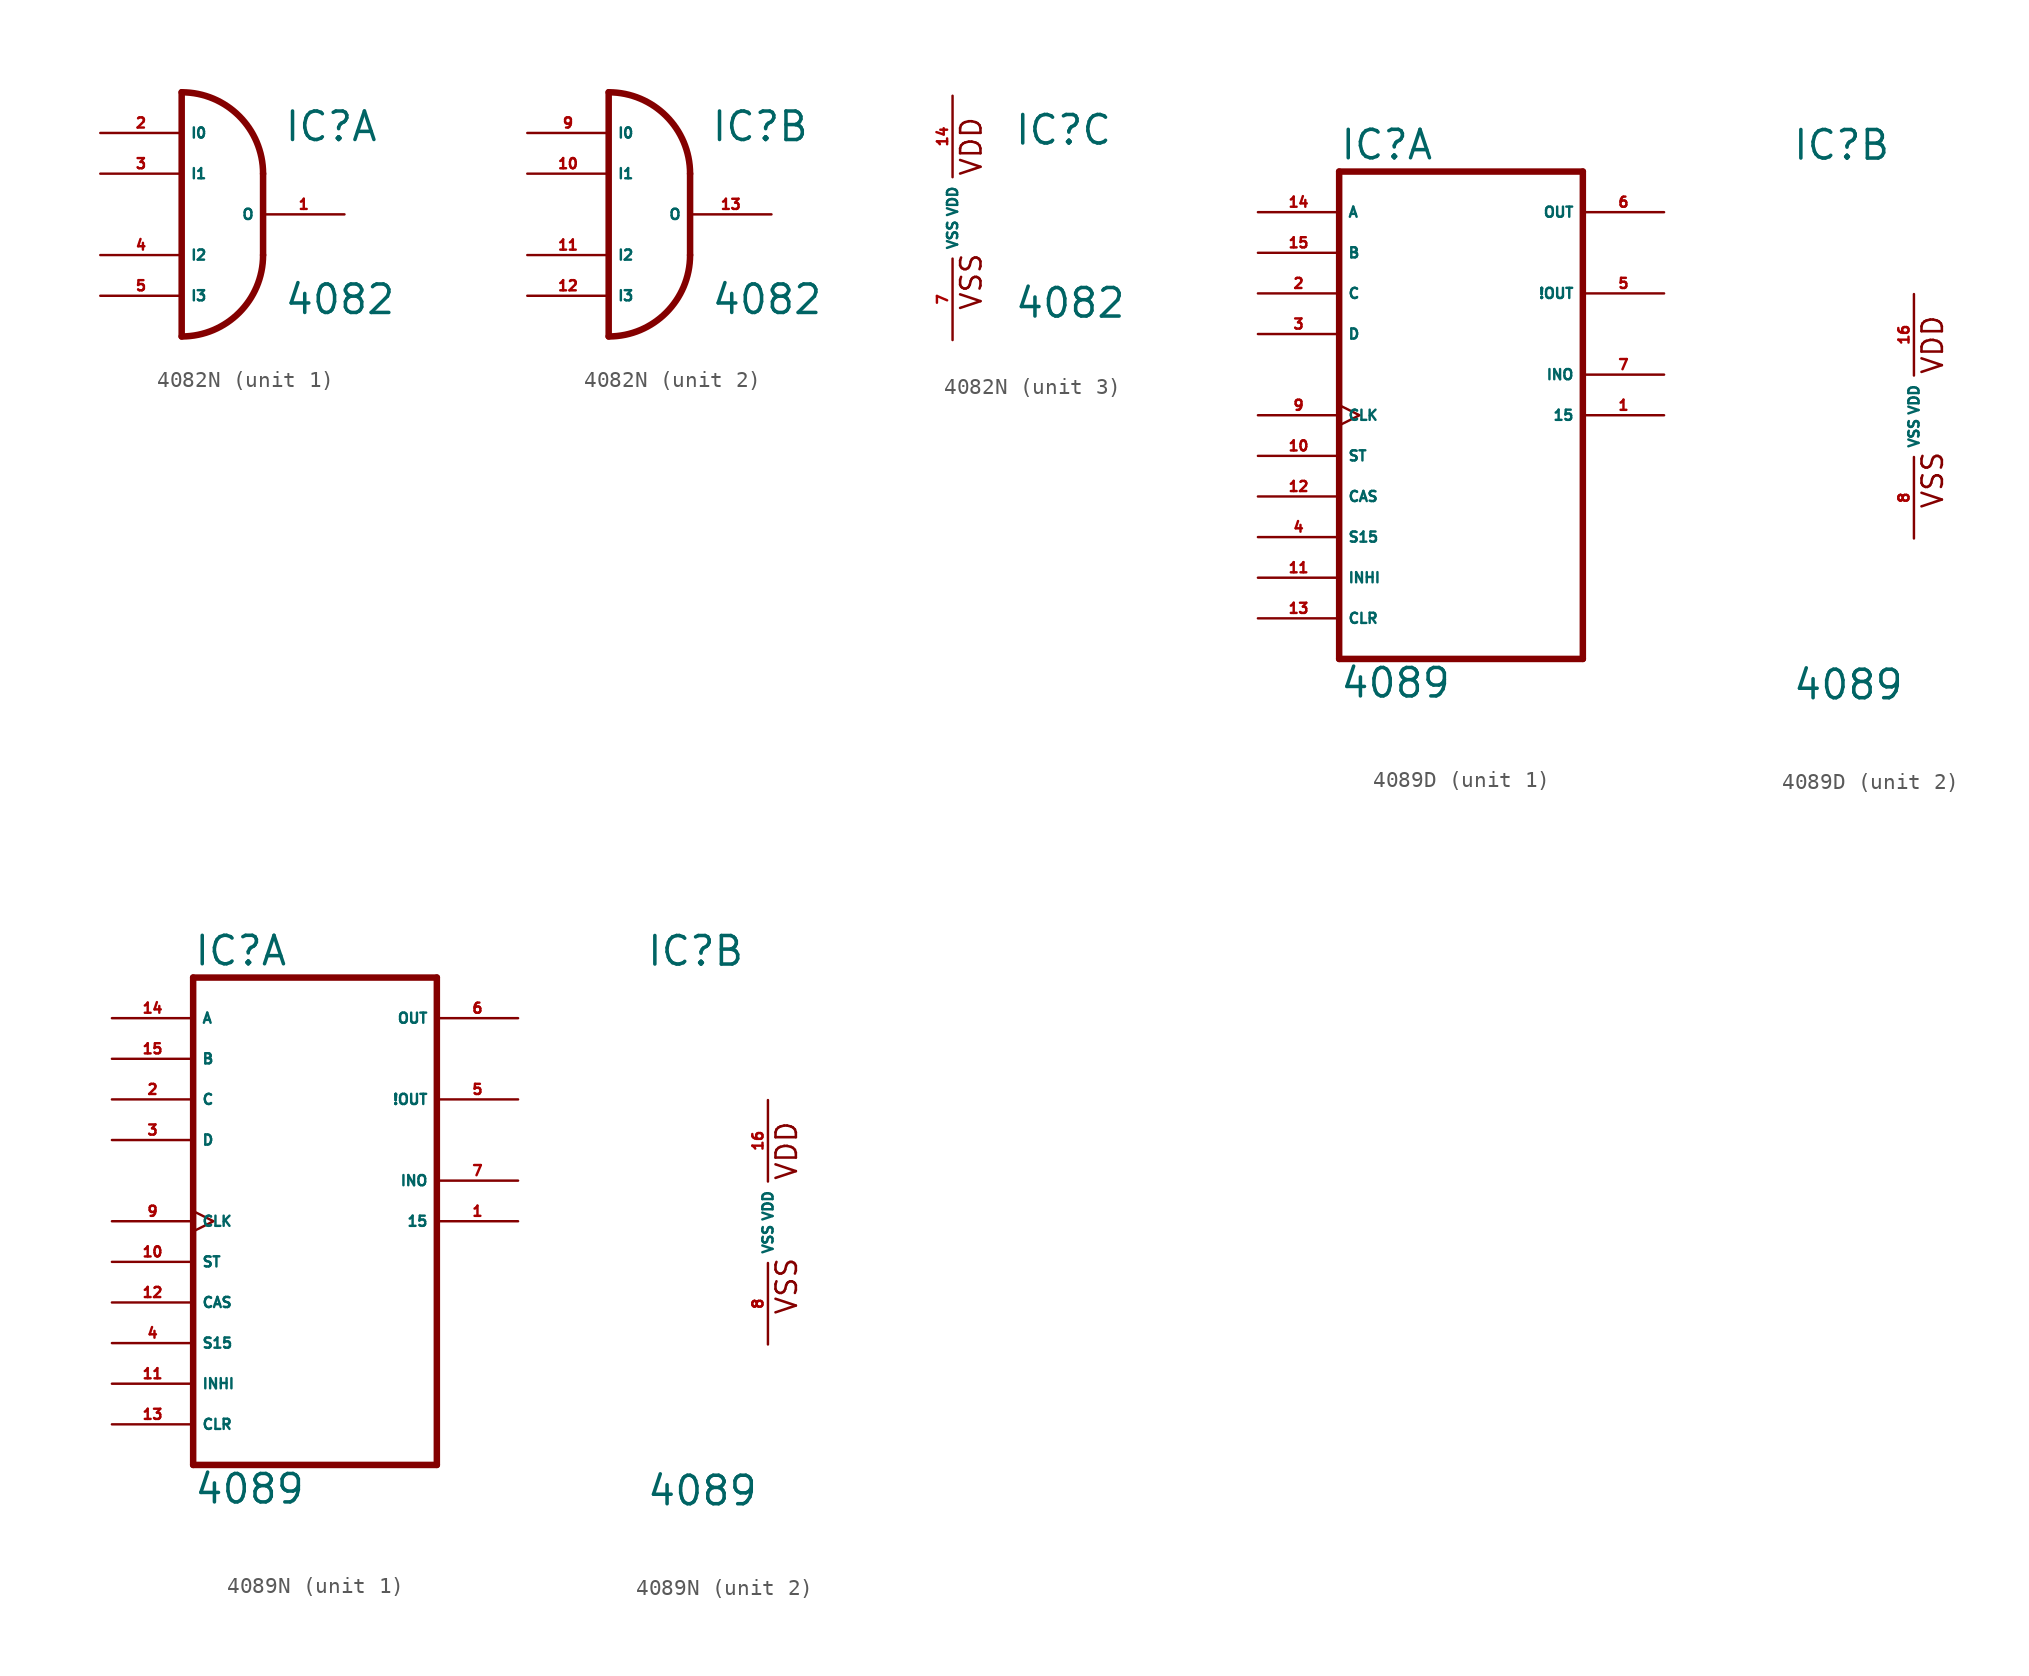
<source format=kicad_sym>
(kicad_symbol_lib
  (version 20220914)
  (generator Eagle2Kicad)
  (symbol "4082N"
    (property "Reference" "IC"
      (at 3.81 4.445 0)
      (effects (font (size 1.778 1.778) (thickness 0.22)) (justify left bottom)))
    (property "Value" "4082"
      (at 3.81 -6.35 0)
      (effects (font (size 1.778 1.778) (thickness 0.22)) (justify left bottom)))
    (symbol "4082N_1_0"
      (arc (start 2.54 2.54) (mid 1.052 6.132) (end -2.54 7.62) (stroke (width 0.4064) (type default)) (fill (type none)))
      (arc (start -2.54 -7.62) (mid 1.052 -6.132) (end 2.54 -2.54) (stroke (width 0.4064) (type default)) (fill (type none)))
      (polyline (pts (xy 2.54 2.54) (xy 2.54 -2.54)) (stroke (width 0.406) (type default)) (fill (type none)))
      (polyline (pts (xy -2.54 7.62) (xy -2.54 -7.62)) (stroke (width 0.406) (type default)) (fill (type none)))
      (pin output line (at 7.62 0 180) (length 5.08) (name "O" (effects (font (size 0.635 0.635) (thickness 0.08)) (justify left bottom))) (number "1" (effects (font (size 0.635 0.635) (thickness 0.08)) (justify left bottom))))
      (pin input line (at -7.62 5.08 0) (length 5.08) (name "I0" (effects (font (size 0.635 0.635) (thickness 0.08)) (justify left bottom))) (number "2" (effects (font (size 0.635 0.635) (thickness 0.08)) (justify left bottom))))
      (pin input line (at -7.62 2.54 0) (length 5.08) (name "I1" (effects (font (size 0.635 0.635) (thickness 0.08)) (justify left bottom))) (number "3" (effects (font (size 0.635 0.635) (thickness 0.08)) (justify left bottom))))
      (pin input line (at -7.62 -2.54 0) (length 5.08) (name "I2" (effects (font (size 0.635 0.635) (thickness 0.08)) (justify left bottom))) (number "4" (effects (font (size 0.635 0.635) (thickness 0.08)) (justify left bottom))))
      (pin input line (at -7.62 -5.08 0) (length 5.08) (name "I3" (effects (font (size 0.635 0.635) (thickness 0.08)) (justify left bottom))) (number "5" (effects (font (size 0.635 0.635) (thickness 0.08)) (justify left bottom)))))
    (symbol "4082N_2_0"
      (arc (start 2.54 2.54) (mid 1.052 6.132) (end -2.54 7.62) (stroke (width 0.4064) (type default)) (fill (type none)))
      (arc (start -2.54 -7.62) (mid 1.052 -6.132) (end 2.54 -2.54) (stroke (width 0.4064) (type default)) (fill (type none)))
      (polyline (pts (xy 2.54 2.54) (xy 2.54 -2.54)) (stroke (width 0.406) (type default)) (fill (type none)))
      (polyline (pts (xy -2.54 7.62) (xy -2.54 -7.62)) (stroke (width 0.406) (type default)) (fill (type none)))
      (pin output line (at 7.62 0 180) (length 5.08) (name "O" (effects (font (size 0.635 0.635) (thickness 0.08)) (justify left bottom))) (number "13" (effects (font (size 0.635 0.635) (thickness 0.08)) (justify left bottom))))
      (pin input line (at -7.62 5.08 0) (length 5.08) (name "I0" (effects (font (size 0.635 0.635) (thickness 0.08)) (justify left bottom))) (number "9" (effects (font (size 0.635 0.635) (thickness 0.08)) (justify left bottom))))
      (pin input line (at -7.62 2.54 0) (length 5.08) (name "I1" (effects (font (size 0.635 0.635) (thickness 0.08)) (justify left bottom))) (number "10" (effects (font (size 0.635 0.635) (thickness 0.08)) (justify left bottom))))
      (pin input line (at -7.62 -2.54 0) (length 5.08) (name "I2" (effects (font (size 0.635 0.635) (thickness 0.08)) (justify left bottom))) (number "11" (effects (font (size 0.635 0.635) (thickness 0.08)) (justify left bottom))))
      (pin input line (at -7.62 -5.08 0) (length 5.08) (name "I3" (effects (font (size 0.635 0.635) (thickness 0.08)) (justify left bottom))) (number "12" (effects (font (size 0.635 0.635) (thickness 0.08)) (justify left bottom)))))
    (symbol "4082N_3_0"
      (text "VDD" (at 1.905 2.54 900) (effects (font (size 1.27 1.27) (thickness 0.16)) (justify left bottom)))
      (text "VSS" (at 1.905 -5.842 900) (effects (font (size 1.27 1.27) (thickness 0.16)) (justify left bottom)))
      (pin unspecified line (at 0 -7.62 90) (length 5.08) (name "VSS" (effects (font (size 0.635 0.635) (thickness 0.08)) (justify left bottom))) (number "7" (effects (font (size 0.635 0.635) (thickness 0.08)) (justify left bottom))))
      (pin unspecified line (at 0 7.62 270) (length 5.08) (name "VDD" (effects (font (size 0.635 0.635) (thickness 0.08)) (justify left bottom))) (number "14" (effects (font (size 0.635 0.635) (thickness 0.08)) (justify left bottom))))))
  (symbol "4089D"
    (property "Reference" "IC"
      (at -7.62 15.875 0)
      (effects (font (size 1.778 1.778) (thickness 0.22)) (justify left bottom)))
    (property "Value" "4089"
      (at -7.62 -17.78 0)
      (effects (font (size 1.778 1.778) (thickness 0.22)) (justify left bottom)))
    (symbol "4089D_1_0"
      (polyline (pts (xy -7.62 -15.24) (xy 7.62 -15.24)) (stroke (width 0.406) (type default)) (fill (type none)))
      (polyline (pts (xy 7.62 -15.24) (xy 7.62 15.24)) (stroke (width 0.406) (type default)) (fill (type none)))
      (polyline (pts (xy 7.62 15.24) (xy -7.62 15.24)) (stroke (width 0.406) (type default)) (fill (type none)))
      (polyline (pts (xy -7.62 15.24) (xy -7.62 -15.24)) (stroke (width 0.406) (type default)) (fill (type none)))
      (pin output line (at 12.7 0 180) (length 5.08) (name "15" (effects (font (size 0.635 0.635) (thickness 0.08)) (justify left bottom))) (number "1" (effects (font (size 0.635 0.635) (thickness 0.08)) (justify left bottom))))
      (pin input line (at -12.7 7.62 0) (length 5.08) (name "C" (effects (font (size 0.635 0.635) (thickness 0.08)) (justify left bottom))) (number "2" (effects (font (size 0.635 0.635) (thickness 0.08)) (justify left bottom))))
      (pin input line (at -12.7 5.08 0) (length 5.08) (name "D" (effects (font (size 0.635 0.635) (thickness 0.08)) (justify left bottom))) (number "3" (effects (font (size 0.635 0.635) (thickness 0.08)) (justify left bottom))))
      (pin input line (at -12.7 -7.62 0) (length 5.08) (name "S15" (effects (font (size 0.635 0.635) (thickness 0.08)) (justify left bottom))) (number "4" (effects (font (size 0.635 0.635) (thickness 0.08)) (justify left bottom))))
      (pin output line (at 12.7 7.62 180) (length 5.08) (name "!OUT" (effects (font (size 0.635 0.635) (thickness 0.08)) (justify left bottom))) (number "5" (effects (font (size 0.635 0.635) (thickness 0.08)) (justify left bottom))))
      (pin output line (at 12.7 12.7 180) (length 5.08) (name "OUT" (effects (font (size 0.635 0.635) (thickness 0.08)) (justify left bottom))) (number "6" (effects (font (size 0.635 0.635) (thickness 0.08)) (justify left bottom))))
      (pin output line (at 12.7 2.54 180) (length 5.08) (name "INO" (effects (font (size 0.635 0.635) (thickness 0.08)) (justify left bottom))) (number "7" (effects (font (size 0.635 0.635) (thickness 0.08)) (justify left bottom))))
      (pin input clock (at -12.7 0 0) (length 5.08) (name "CLK" (effects (font (size 0.635 0.635) (thickness 0.08)) (justify left bottom))) (number "9" (effects (font (size 0.635 0.635) (thickness 0.08)) (justify left bottom))))
      (pin input line (at -12.7 -2.54 0) (length 5.08) (name "ST" (effects (font (size 0.635 0.635) (thickness 0.08)) (justify left bottom))) (number "10" (effects (font (size 0.635 0.635) (thickness 0.08)) (justify left bottom))))
      (pin input line (at -12.7 -10.16 0) (length 5.08) (name "INHI" (effects (font (size 0.635 0.635) (thickness 0.08)) (justify left bottom))) (number "11" (effects (font (size 0.635 0.635) (thickness 0.08)) (justify left bottom))))
      (pin input line (at -12.7 -5.08 0) (length 5.08) (name "CAS" (effects (font (size 0.635 0.635) (thickness 0.08)) (justify left bottom))) (number "12" (effects (font (size 0.635 0.635) (thickness 0.08)) (justify left bottom))))
      (pin input line (at -12.7 -12.7 0) (length 5.08) (name "CLR" (effects (font (size 0.635 0.635) (thickness 0.08)) (justify left bottom))) (number "13" (effects (font (size 0.635 0.635) (thickness 0.08)) (justify left bottom))))
      (pin input line (at -12.7 12.7 0) (length 5.08) (name "A" (effects (font (size 0.635 0.635) (thickness 0.08)) (justify left bottom))) (number "14" (effects (font (size 0.635 0.635) (thickness 0.08)) (justify left bottom))))
      (pin input line (at -12.7 10.16 0) (length 5.08) (name "B" (effects (font (size 0.635 0.635) (thickness 0.08)) (justify left bottom))) (number "15" (effects (font (size 0.635 0.635) (thickness 0.08)) (justify left bottom)))))
    (symbol "4089D_2_0"
      (text "VDD" (at 1.905 2.54 900) (effects (font (size 1.27 1.27) (thickness 0.16)) (justify left bottom)))
      (text "VSS" (at 1.905 -5.842 900) (effects (font (size 1.27 1.27) (thickness 0.16)) (justify left bottom)))
      (pin unspecified line (at 0 -7.62 90) (length 5.08) (name "VSS" (effects (font (size 0.635 0.635) (thickness 0.08)) (justify left bottom))) (number "8" (effects (font (size 0.635 0.635) (thickness 0.08)) (justify left bottom))))
      (pin unspecified line (at 0 7.62 270) (length 5.08) (name "VDD" (effects (font (size 0.635 0.635) (thickness 0.08)) (justify left bottom))) (number "16" (effects (font (size 0.635 0.635) (thickness 0.08)) (justify left bottom))))))
  (symbol "4089N"
    (property "Reference" "IC"
      (at -7.62 15.875 0)
      (effects (font (size 1.778 1.778) (thickness 0.22)) (justify left bottom)))
    (property "Value" "4089"
      (at -7.62 -17.78 0)
      (effects (font (size 1.778 1.778) (thickness 0.22)) (justify left bottom)))
    (symbol "4089N_1_0"
      (polyline (pts (xy -7.62 -15.24) (xy 7.62 -15.24)) (stroke (width 0.406) (type default)) (fill (type none)))
      (polyline (pts (xy 7.62 -15.24) (xy 7.62 15.24)) (stroke (width 0.406) (type default)) (fill (type none)))
      (polyline (pts (xy 7.62 15.24) (xy -7.62 15.24)) (stroke (width 0.406) (type default)) (fill (type none)))
      (polyline (pts (xy -7.62 15.24) (xy -7.62 -15.24)) (stroke (width 0.406) (type default)) (fill (type none)))
      (pin output line (at 12.7 0 180) (length 5.08) (name "15" (effects (font (size 0.635 0.635) (thickness 0.08)) (justify left bottom))) (number "1" (effects (font (size 0.635 0.635) (thickness 0.08)) (justify left bottom))))
      (pin input line (at -12.7 7.62 0) (length 5.08) (name "C" (effects (font (size 0.635 0.635) (thickness 0.08)) (justify left bottom))) (number "2" (effects (font (size 0.635 0.635) (thickness 0.08)) (justify left bottom))))
      (pin input line (at -12.7 5.08 0) (length 5.08) (name "D" (effects (font (size 0.635 0.635) (thickness 0.08)) (justify left bottom))) (number "3" (effects (font (size 0.635 0.635) (thickness 0.08)) (justify left bottom))))
      (pin input line (at -12.7 -7.62 0) (length 5.08) (name "S15" (effects (font (size 0.635 0.635) (thickness 0.08)) (justify left bottom))) (number "4" (effects (font (size 0.635 0.635) (thickness 0.08)) (justify left bottom))))
      (pin output line (at 12.7 7.62 180) (length 5.08) (name "!OUT" (effects (font (size 0.635 0.635) (thickness 0.08)) (justify left bottom))) (number "5" (effects (font (size 0.635 0.635) (thickness 0.08)) (justify left bottom))))
      (pin output line (at 12.7 12.7 180) (length 5.08) (name "OUT" (effects (font (size 0.635 0.635) (thickness 0.08)) (justify left bottom))) (number "6" (effects (font (size 0.635 0.635) (thickness 0.08)) (justify left bottom))))
      (pin output line (at 12.7 2.54 180) (length 5.08) (name "INO" (effects (font (size 0.635 0.635) (thickness 0.08)) (justify left bottom))) (number "7" (effects (font (size 0.635 0.635) (thickness 0.08)) (justify left bottom))))
      (pin input clock (at -12.7 0 0) (length 5.08) (name "CLK" (effects (font (size 0.635 0.635) (thickness 0.08)) (justify left bottom))) (number "9" (effects (font (size 0.635 0.635) (thickness 0.08)) (justify left bottom))))
      (pin input line (at -12.7 -2.54 0) (length 5.08) (name "ST" (effects (font (size 0.635 0.635) (thickness 0.08)) (justify left bottom))) (number "10" (effects (font (size 0.635 0.635) (thickness 0.08)) (justify left bottom))))
      (pin input line (at -12.7 -10.16 0) (length 5.08) (name "INHI" (effects (font (size 0.635 0.635) (thickness 0.08)) (justify left bottom))) (number "11" (effects (font (size 0.635 0.635) (thickness 0.08)) (justify left bottom))))
      (pin input line (at -12.7 -5.08 0) (length 5.08) (name "CAS" (effects (font (size 0.635 0.635) (thickness 0.08)) (justify left bottom))) (number "12" (effects (font (size 0.635 0.635) (thickness 0.08)) (justify left bottom))))
      (pin input line (at -12.7 -12.7 0) (length 5.08) (name "CLR" (effects (font (size 0.635 0.635) (thickness 0.08)) (justify left bottom))) (number "13" (effects (font (size 0.635 0.635) (thickness 0.08)) (justify left bottom))))
      (pin input line (at -12.7 12.7 0) (length 5.08) (name "A" (effects (font (size 0.635 0.635) (thickness 0.08)) (justify left bottom))) (number "14" (effects (font (size 0.635 0.635) (thickness 0.08)) (justify left bottom))))
      (pin input line (at -12.7 10.16 0) (length 5.08) (name "B" (effects (font (size 0.635 0.635) (thickness 0.08)) (justify left bottom))) (number "15" (effects (font (size 0.635 0.635) (thickness 0.08)) (justify left bottom)))))
    (symbol "4089N_2_0"
      (text "VDD" (at 1.905 2.54 900) (effects (font (size 1.27 1.27) (thickness 0.16)) (justify left bottom)))
      (text "VSS" (at 1.905 -5.842 900) (effects (font (size 1.27 1.27) (thickness 0.16)) (justify left bottom)))
      (pin unspecified line (at 0 -7.62 90) (length 5.08) (name "VSS" (effects (font (size 0.635 0.635) (thickness 0.08)) (justify left bottom))) (number "8" (effects (font (size 0.635 0.635) (thickness 0.08)) (justify left bottom))))
      (pin unspecified line (at 0 7.62 270) (length 5.08) (name "VDD" (effects (font (size 0.635 0.635) (thickness 0.08)) (justify left bottom))) (number "16" (effects (font (size 0.635 0.635) (thickness 0.08)) (justify left bottom)))))))
</source>
